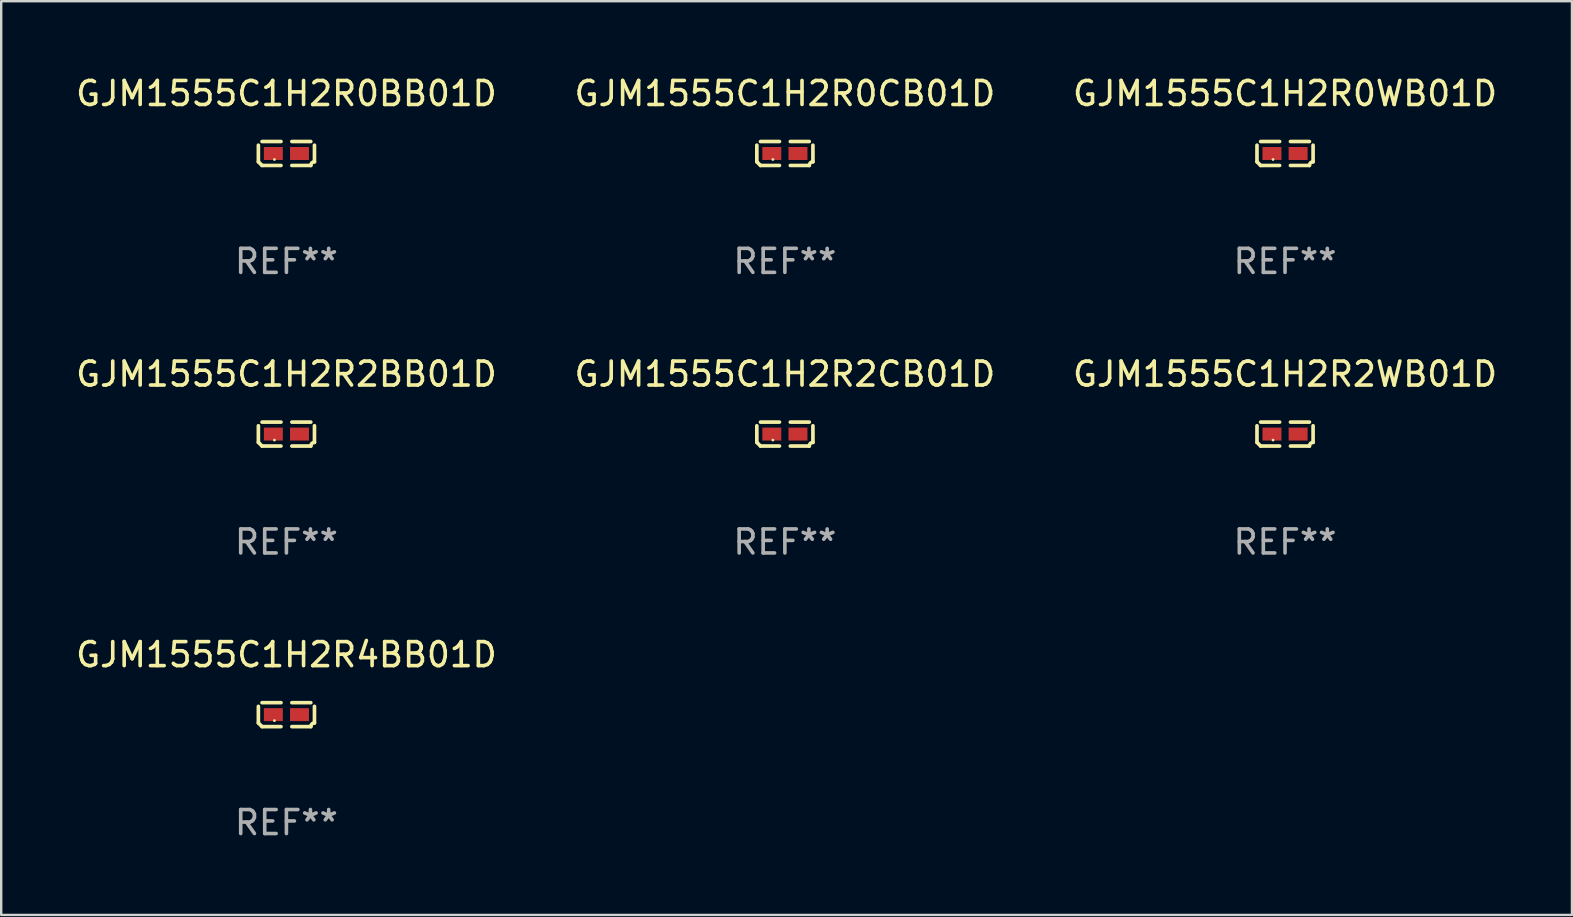
<source format=kicad_pcb>
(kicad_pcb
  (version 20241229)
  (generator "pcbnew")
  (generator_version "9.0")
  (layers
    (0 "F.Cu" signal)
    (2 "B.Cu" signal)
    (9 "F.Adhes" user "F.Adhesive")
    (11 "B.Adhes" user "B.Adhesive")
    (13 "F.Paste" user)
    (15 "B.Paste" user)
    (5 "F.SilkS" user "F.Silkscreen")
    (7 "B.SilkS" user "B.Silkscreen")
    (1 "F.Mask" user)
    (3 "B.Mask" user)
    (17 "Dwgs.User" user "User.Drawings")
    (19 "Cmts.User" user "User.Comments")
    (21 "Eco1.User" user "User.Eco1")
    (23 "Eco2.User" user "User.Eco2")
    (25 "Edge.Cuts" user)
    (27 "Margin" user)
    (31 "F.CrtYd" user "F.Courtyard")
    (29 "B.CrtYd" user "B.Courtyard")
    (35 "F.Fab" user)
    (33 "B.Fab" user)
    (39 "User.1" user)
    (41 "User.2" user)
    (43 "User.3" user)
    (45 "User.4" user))
  (footprint "GJM1555C1H2R0BB01D"
    (layer "F.Cu")
    (at 8.887 3.347)
    (property "Reference" "GJM1555C1H2R0BB01D" (at 0 -2.499 0) (layer "F.SilkS") (effects (font (size 1 1) (thickness 0.15))))
    (attr through_hole)
    (fp_line (start -1.169 0.346) (end -1.169 -0.346) (stroke (width 0.152) (type solid)) (layer "F.SilkS"))
    (fp_line (start -1.016 -0.499) (end -0.226 -0.499) (stroke (width 0.152) (type solid)) (layer "F.SilkS"))
    (fp_line (start -0.226 0.499) (end -1.016 0.499) (stroke (width 0.152) (type solid)) (layer "F.SilkS"))
    (fp_line (start 0.226 0.499) (end 1.016 0.499) (stroke (width 0.152) (type solid)) (layer "F.SilkS"))
    (fp_line (start 1.016 -0.499) (end 0.226 -0.499) (stroke (width 0.152) (type solid)) (layer "F.SilkS"))
    (fp_line (start 1.169 0.346) (end 1.169 -0.346) (stroke (width 0.152) (type solid)) (layer "F.SilkS"))
    (fp_arc (start -1.016307 0.498603) (mid -1.092512 0.422405) (end -1.16871 0.3462) (stroke (width 0.1524) (type solid)) (layer "F.SilkS"))
    (fp_arc (start 1.016307 0.498603) (mid 1.060899 0.390758) (end 1.168707 0.346076) (stroke (width 0.1524) (type solid)) (layer "F.SilkS"))
    (fp_circle (center -0.5 0.25) (end -0.47 0.25) (stroke (width 0.06) (type solid)) (fill no) (layer "F.SilkS"))
    (fp_text user "REF**" (at 0 4.499 0) (layer "F.Fab") (effects (font (size 1 1) (thickness 0.15))))
    (pad "1" smd rect (at -0.545 0) (size 0.79 0.54) (layers "F.Cu" "F.Mask" "F.Paste"))
    (pad "2" smd rect (at 0.545 0) (size 0.79 0.54) (layers "F.Cu" "F.Mask" "F.Paste")))
  (footprint "GJM1555C1H2R4BB01D"
    (layer "F.Cu")
    (at 8.887 26.734)
    (property "Reference" "GJM1555C1H2R4BB01D" (at 0 -2.499 0) (layer "F.SilkS") (effects (font (size 1 1) (thickness 0.15))))
    (attr through_hole)
    (fp_line (start -1.169 0.346) (end -1.169 -0.346) (stroke (width 0.152) (type solid)) (layer "F.SilkS"))
    (fp_line (start -1.016 -0.499) (end -0.226 -0.499) (stroke (width 0.152) (type solid)) (layer "F.SilkS"))
    (fp_line (start -0.226 0.499) (end -1.016 0.499) (stroke (width 0.152) (type solid)) (layer "F.SilkS"))
    (fp_line (start 0.226 0.499) (end 1.016 0.499) (stroke (width 0.152) (type solid)) (layer "F.SilkS"))
    (fp_line (start 1.016 -0.499) (end 0.226 -0.499) (stroke (width 0.152) (type solid)) (layer "F.SilkS"))
    (fp_line (start 1.169 0.346) (end 1.169 -0.346) (stroke (width 0.152) (type solid)) (layer "F.SilkS"))
    (fp_arc (start -1.016307 0.498603) (mid -1.092512 0.422405) (end -1.16871 0.3462) (stroke (width 0.1524) (type solid)) (layer "F.SilkS"))
    (fp_arc (start 1.016307 0.498603) (mid 1.060899 0.390758) (end 1.168707 0.346076) (stroke (width 0.1524) (type solid)) (layer "F.SilkS"))
    (fp_circle (center -0.5 0.25) (end -0.47 0.25) (stroke (width 0.06) (type solid)) (fill no) (layer "F.SilkS"))
    (fp_text user "REF**" (at 0 4.499 0) (layer "F.Fab") (effects (font (size 1 1) (thickness 0.15))))
    (pad "1" smd rect (at -0.545 0) (size 0.79 0.54) (layers "F.Cu" "F.Mask" "F.Paste"))
    (pad "2" smd rect (at 0.545 0) (size 0.79 0.54) (layers "F.Cu" "F.Mask" "F.Paste")))
  (footprint "GJM1555C1H2R2BB01D"
    (layer "F.Cu")
    (at 8.887 15.041)
    (property "Reference" "GJM1555C1H2R2BB01D" (at 0 -2.499 0) (layer "F.SilkS") (effects (font (size 1 1) (thickness 0.15))))
    (attr through_hole)
    (fp_line (start -1.169 0.346) (end -1.169 -0.346) (stroke (width 0.152) (type solid)) (layer "F.SilkS"))
    (fp_line (start -1.016 -0.499) (end -0.226 -0.499) (stroke (width 0.152) (type solid)) (layer "F.SilkS"))
    (fp_line (start -0.226 0.499) (end -1.016 0.499) (stroke (width 0.152) (type solid)) (layer "F.SilkS"))
    (fp_line (start 0.226 0.499) (end 1.016 0.499) (stroke (width 0.152) (type solid)) (layer "F.SilkS"))
    (fp_line (start 1.016 -0.499) (end 0.226 -0.499) (stroke (width 0.152) (type solid)) (layer "F.SilkS"))
    (fp_line (start 1.169 0.346) (end 1.169 -0.346) (stroke (width 0.152) (type solid)) (layer "F.SilkS"))
    (fp_arc (start -1.016307 0.498603) (mid -1.092512 0.422405) (end -1.16871 0.3462) (stroke (width 0.1524) (type solid)) (layer "F.SilkS"))
    (fp_arc (start 1.016307 0.498603) (mid 1.060899 0.390758) (end 1.168707 0.346076) (stroke (width 0.1524) (type solid)) (layer "F.SilkS"))
    (fp_circle (center -0.5 0.25) (end -0.47 0.25) (stroke (width 0.06) (type solid)) (fill no) (layer "F.SilkS"))
    (fp_text user "REF**" (at 0 4.499 0) (layer "F.Fab") (effects (font (size 1 1) (thickness 0.15))))
    (pad "1" smd rect (at -0.545 0) (size 0.79 0.54) (layers "F.Cu" "F.Mask" "F.Paste"))
    (pad "2" smd rect (at 0.545 0) (size 0.79 0.54) (layers "F.Cu" "F.Mask" "F.Paste")))
  (footprint "GJM1555C1H2R0CB01D"
    (layer "F.Cu")
    (at 29.661 3.347)
    (property "Reference" "GJM1555C1H2R0CB01D" (at 0 -2.499 0) (layer "F.SilkS") (effects (font (size 1 1) (thickness 0.15))))
    (attr through_hole)
    (fp_line (start -1.169 0.346) (end -1.169 -0.346) (stroke (width 0.152) (type solid)) (layer "F.SilkS"))
    (fp_line (start -1.016 -0.499) (end -0.226 -0.499) (stroke (width 0.152) (type solid)) (layer "F.SilkS"))
    (fp_line (start -0.226 0.499) (end -1.016 0.499) (stroke (width 0.152) (type solid)) (layer "F.SilkS"))
    (fp_line (start 0.226 0.499) (end 1.016 0.499) (stroke (width 0.152) (type solid)) (layer "F.SilkS"))
    (fp_line (start 1.016 -0.499) (end 0.226 -0.499) (stroke (width 0.152) (type solid)) (layer "F.SilkS"))
    (fp_line (start 1.169 0.346) (end 1.169 -0.346) (stroke (width 0.152) (type solid)) (layer "F.SilkS"))
    (fp_arc (start -1.016307 0.498603) (mid -1.092512 0.422405) (end -1.16871 0.3462) (stroke (width 0.1524) (type solid)) (layer "F.SilkS"))
    (fp_arc (start 1.016307 0.498603) (mid 1.060899 0.390758) (end 1.168707 0.346076) (stroke (width 0.1524) (type solid)) (layer "F.SilkS"))
    (fp_circle (center -0.5 0.25) (end -0.47 0.25) (stroke (width 0.06) (type solid)) (fill no) (layer "F.SilkS"))
    (fp_text user "REF**" (at 0 4.499 0) (layer "F.Fab") (effects (font (size 1 1) (thickness 0.15))))
    (pad "1" smd rect (at -0.545 0) (size 0.79 0.54) (layers "F.Cu" "F.Mask" "F.Paste"))
    (pad "2" smd rect (at 0.545 0) (size 0.79 0.54) (layers "F.Cu" "F.Mask" "F.Paste")))
  (footprint "GJM1555C1H2R0WB01D"
    (layer "F.Cu")
    (at 50.506 3.347)
    (property "Reference" "GJM1555C1H2R0WB01D" (at 0 -2.499 0) (layer "F.SilkS") (effects (font (size 1 1) (thickness 0.15))))
    (attr through_hole)
    (fp_line (start -1.169 0.346) (end -1.169 -0.346) (stroke (width 0.152) (type solid)) (layer "F.SilkS"))
    (fp_line (start -1.016 -0.499) (end -0.226 -0.499) (stroke (width 0.152) (type solid)) (layer "F.SilkS"))
    (fp_line (start -0.226 0.499) (end -1.016 0.499) (stroke (width 0.152) (type solid)) (layer "F.SilkS"))
    (fp_line (start 0.226 0.499) (end 1.016 0.499) (stroke (width 0.152) (type solid)) (layer "F.SilkS"))
    (fp_line (start 1.016 -0.499) (end 0.226 -0.499) (stroke (width 0.152) (type solid)) (layer "F.SilkS"))
    (fp_line (start 1.169 0.346) (end 1.169 -0.346) (stroke (width 0.152) (type solid)) (layer "F.SilkS"))
    (fp_arc (start -1.016307 0.498603) (mid -1.092512 0.422405) (end -1.16871 0.3462) (stroke (width 0.1524) (type solid)) (layer "F.SilkS"))
    (fp_arc (start 1.016307 0.498603) (mid 1.060899 0.390758) (end 1.168707 0.346076) (stroke (width 0.1524) (type solid)) (layer "F.SilkS"))
    (fp_circle (center -0.5 0.25) (end -0.47 0.25) (stroke (width 0.06) (type solid)) (fill no) (layer "F.SilkS"))
    (fp_text user "REF**" (at 0 4.499 0) (layer "F.Fab") (effects (font (size 1 1) (thickness 0.15))))
    (pad "1" smd rect (at -0.545 0) (size 0.79 0.54) (layers "F.Cu" "F.Mask" "F.Paste"))
    (pad "2" smd rect (at 0.545 0) (size 0.79 0.54) (layers "F.Cu" "F.Mask" "F.Paste")))
  (footprint "GJM1555C1H2R2WB01D"
    (layer "F.Cu")
    (at 50.506 15.041)
    (property "Reference" "GJM1555C1H2R2WB01D" (at 0 -2.499 0) (layer "F.SilkS") (effects (font (size 1 1) (thickness 0.15))))
    (attr through_hole)
    (fp_line (start -1.169 0.346) (end -1.169 -0.346) (stroke (width 0.152) (type solid)) (layer "F.SilkS"))
    (fp_line (start -1.016 -0.499) (end -0.226 -0.499) (stroke (width 0.152) (type solid)) (layer "F.SilkS"))
    (fp_line (start -0.226 0.499) (end -1.016 0.499) (stroke (width 0.152) (type solid)) (layer "F.SilkS"))
    (fp_line (start 0.226 0.499) (end 1.016 0.499) (stroke (width 0.152) (type solid)) (layer "F.SilkS"))
    (fp_line (start 1.016 -0.499) (end 0.226 -0.499) (stroke (width 0.152) (type solid)) (layer "F.SilkS"))
    (fp_line (start 1.169 0.346) (end 1.169 -0.346) (stroke (width 0.152) (type solid)) (layer "F.SilkS"))
    (fp_arc (start -1.016307 0.498603) (mid -1.092512 0.422405) (end -1.16871 0.3462) (stroke (width 0.1524) (type solid)) (layer "F.SilkS"))
    (fp_arc (start 1.016307 0.498603) (mid 1.060899 0.390758) (end 1.168707 0.346076) (stroke (width 0.1524) (type solid)) (layer "F.SilkS"))
    (fp_circle (center -0.5 0.25) (end -0.47 0.25) (stroke (width 0.06) (type solid)) (fill no) (layer "F.SilkS"))
    (fp_text user "REF**" (at 0 4.499 0) (layer "F.Fab") (effects (font (size 1 1) (thickness 0.15))))
    (pad "1" smd rect (at -0.545 0) (size 0.79 0.54) (layers "F.Cu" "F.Mask" "F.Paste"))
    (pad "2" smd rect (at 0.545 0) (size 0.79 0.54) (layers "F.Cu" "F.Mask" "F.Paste")))
  (footprint "GJM1555C1H2R2CB01D"
    (layer "F.Cu")
    (at 29.661 15.041)
    (property "Reference" "GJM1555C1H2R2CB01D" (at 0 -2.499 0) (layer "F.SilkS") (effects (font (size 1 1) (thickness 0.15))))
    (attr through_hole)
    (fp_line (start -1.169 0.346) (end -1.169 -0.346) (stroke (width 0.152) (type solid)) (layer "F.SilkS"))
    (fp_line (start -1.016 -0.499) (end -0.226 -0.499) (stroke (width 0.152) (type solid)) (layer "F.SilkS"))
    (fp_line (start -0.226 0.499) (end -1.016 0.499) (stroke (width 0.152) (type solid)) (layer "F.SilkS"))
    (fp_line (start 0.226 0.499) (end 1.016 0.499) (stroke (width 0.152) (type solid)) (layer "F.SilkS"))
    (fp_line (start 1.016 -0.499) (end 0.226 -0.499) (stroke (width 0.152) (type solid)) (layer "F.SilkS"))
    (fp_line (start 1.169 0.346) (end 1.169 -0.346) (stroke (width 0.152) (type solid)) (layer "F.SilkS"))
    (fp_arc (start -1.016307 0.498603) (mid -1.092512 0.422405) (end -1.16871 0.3462) (stroke (width 0.1524) (type solid)) (layer "F.SilkS"))
    (fp_arc (start 1.016307 0.498603) (mid 1.060899 0.390758) (end 1.168707 0.346076) (stroke (width 0.1524) (type solid)) (layer "F.SilkS"))
    (fp_circle (center -0.5 0.25) (end -0.47 0.25) (stroke (width 0.06) (type solid)) (fill no) (layer "F.SilkS"))
    (fp_text user "REF**" (at 0 4.499 0) (layer "F.Fab") (effects (font (size 1 1) (thickness 0.15))))
    (pad "1" smd rect (at -0.545 0) (size 0.79 0.54) (layers "F.Cu" "F.Mask" "F.Paste"))
    (pad "2" smd rect (at 0.545 0) (size 0.79 0.54) (layers "F.Cu" "F.Mask" "F.Paste")))
  (gr_rect
    (start -3 -3)
    (end 62.464 35.081)
    (stroke (width 0.1) (type default))
    (fill no)
    (layer "Edge.Cuts")))
</source>
